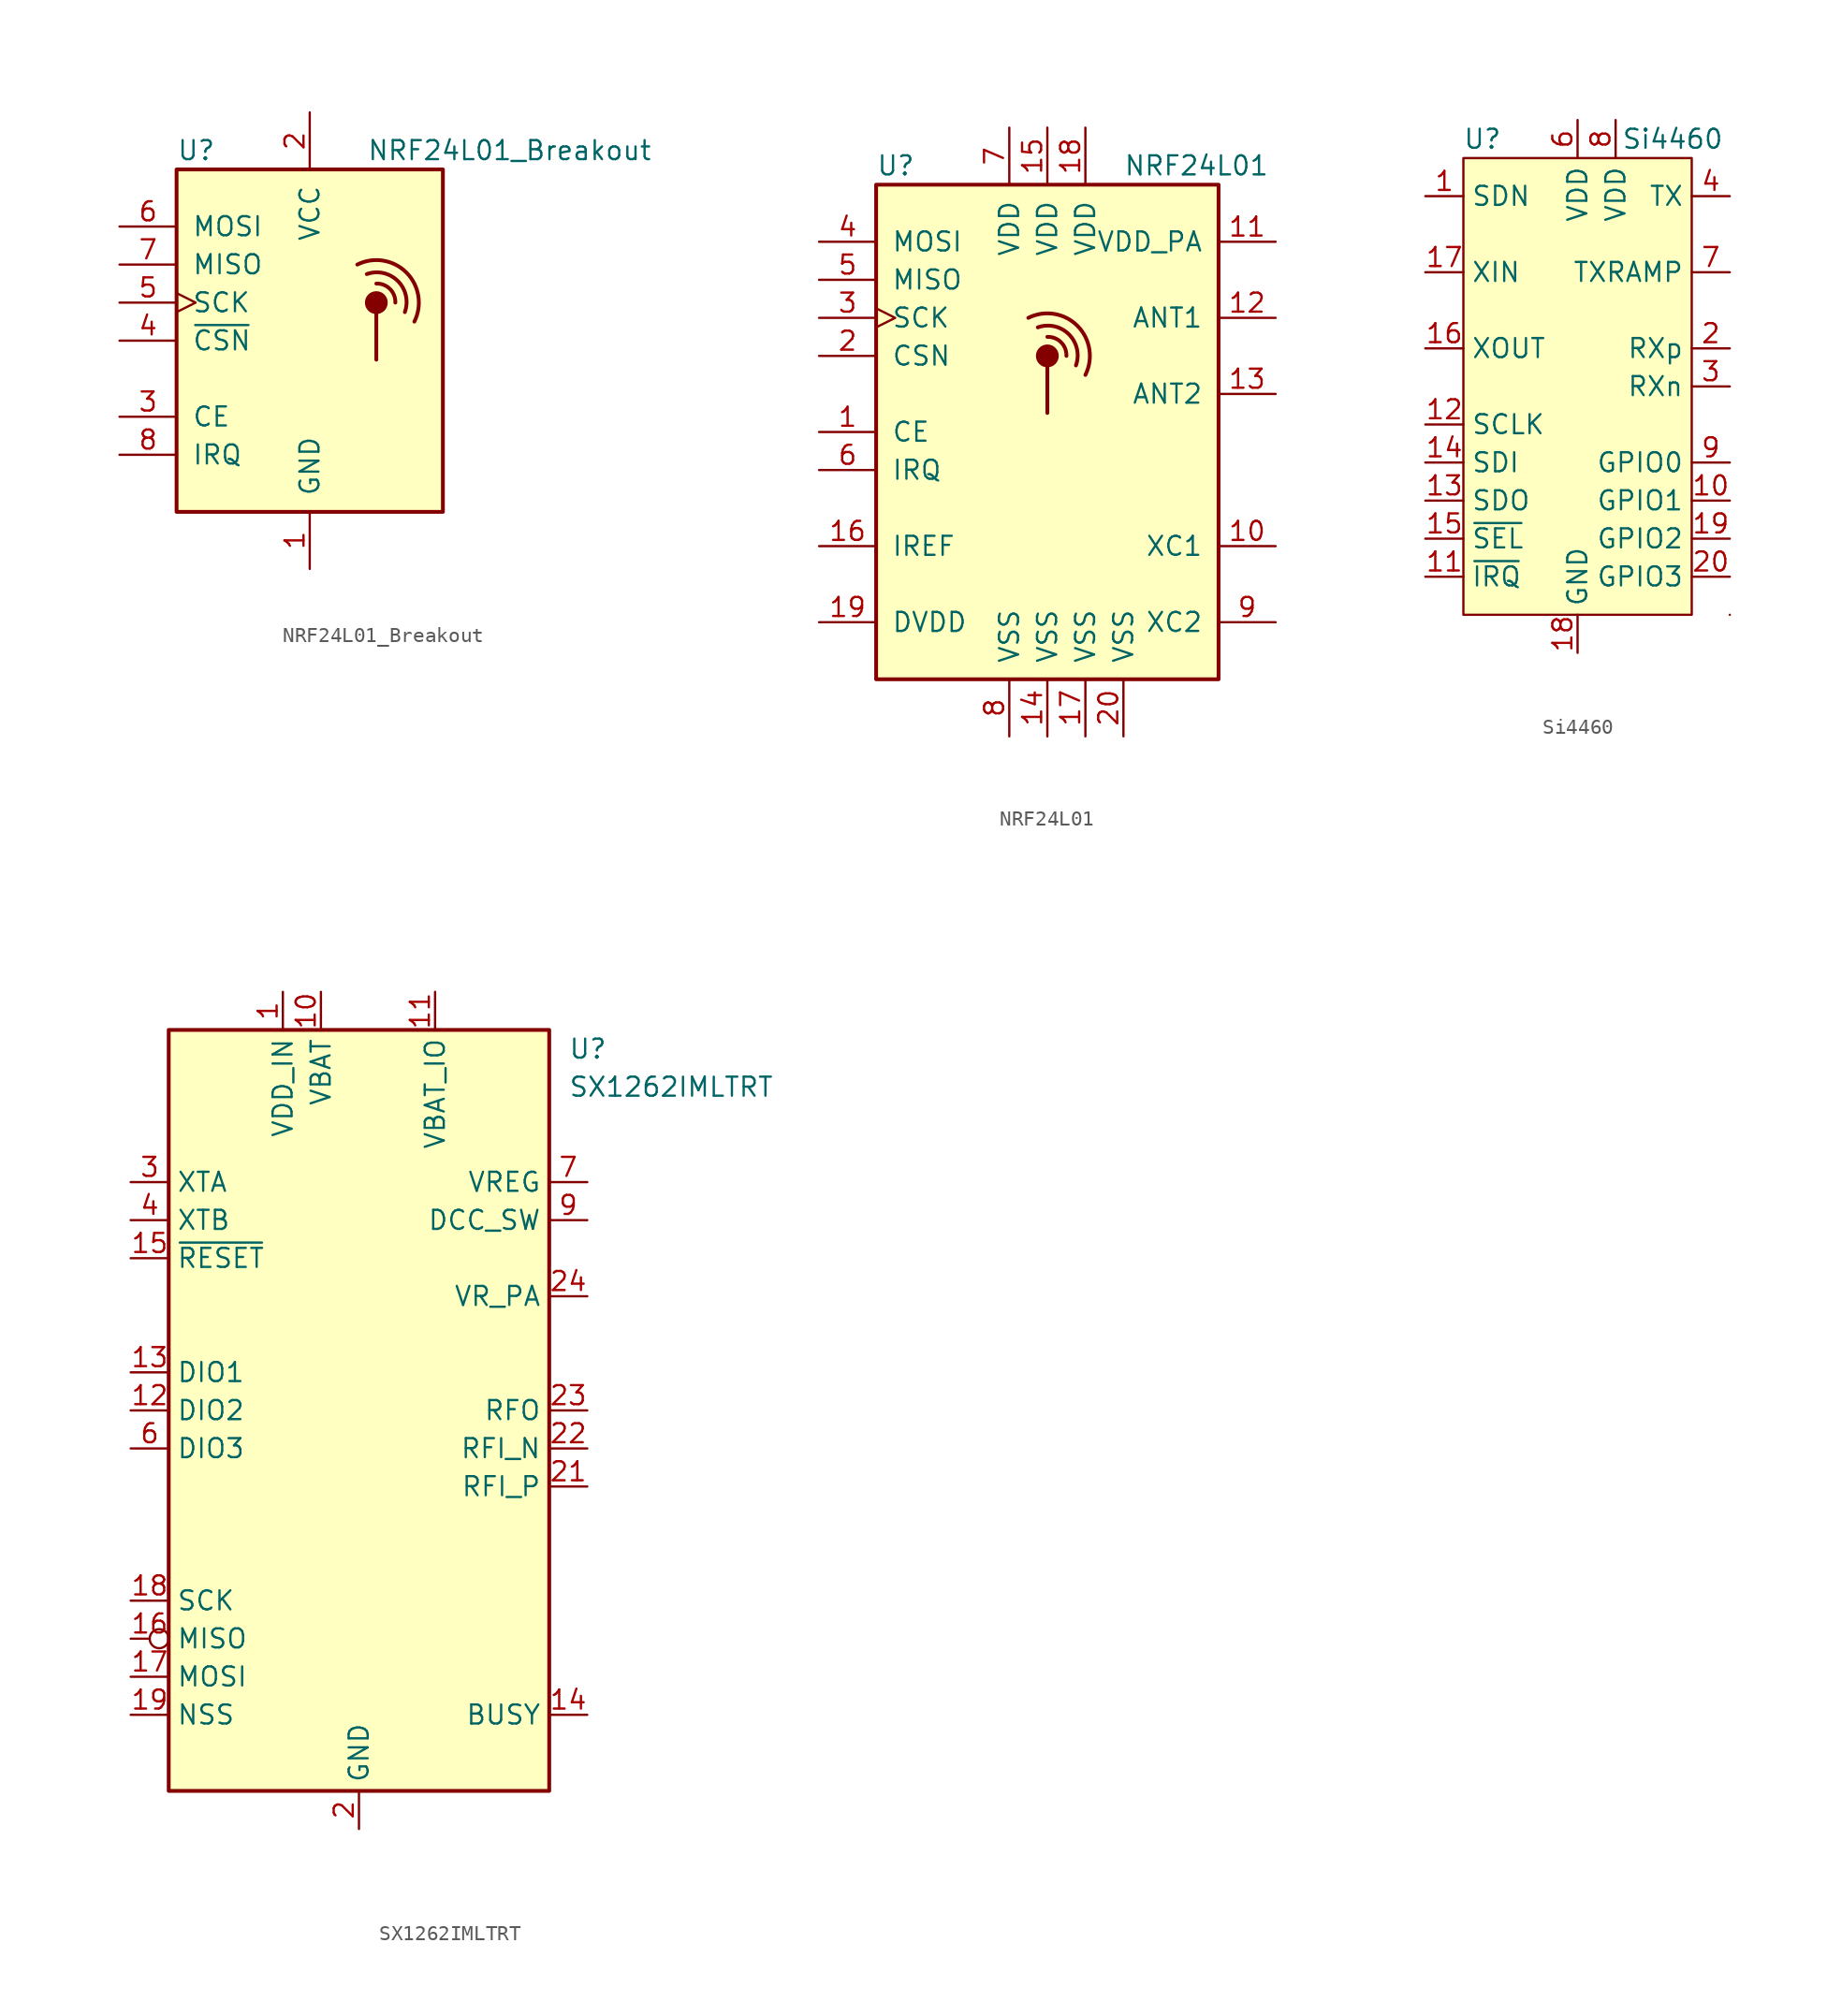
<source format=kicad_sym>
(kicad_symbol_lib
  (version 20231120)
  (generator "kicad_symbol_editor")
  (generator_version "8.0")
  (symbol "NRF24L01_Breakout"
    (pin_names
      (offset 1.016))
    (property "Reference" "U"
      (at -8.89 12.7 0)
      (effects (font (size 1.27 1.27)) (justify left)))
    (property "Value" "NRF24L01_Breakout"
      (at 3.81 12.7 0)
      (effects (font (size 1.27 1.27)) (justify left)))
    (symbol "NRF24L01_Breakout_0_1"
      (rectangle (start -8.89 11.43) (end 8.89 -11.43) (stroke (width 0.254) (type default)) (fill (type background)))
      (polyline (pts (xy 4.445 1.905) (xy 4.445 -1.27)) (stroke (width 0.254) (type default)) (fill (type none)))
      (circle (center 4.445 2.54) (radius 0.635) (stroke (width 0.254) (type default)) (fill (type outline)))
      (arc (start 5.715 2.54) (mid 5.3521 3.4546) (end 4.445 3.81) (stroke (width 0.254) (type default)) (fill (type none)))
      (arc (start 6.35 1.905) (mid 5.8763 3.9854) (end 3.81 4.445) (stroke (width 0.254) (type default)) (fill (type none)))
      (arc (start 6.985 1.27) (mid 6.453 4.548) (end 3.175 5.08) (stroke (width 0.254) (type default)) (fill (type none))))
    (symbol "NRF24L01_Breakout_1_1"
      (pin power_in line (at 0 -15.24 90) (length 3.81) (name "GND" (effects (font (size 1.27 1.27)))) (number "1" (effects (font (size 1.27 1.27)))))
      (pin power_in line (at 0 15.24 270) (length 3.81) (name "VCC" (effects (font (size 1.27 1.27)))) (number "2" (effects (font (size 1.27 1.27)))))
      (pin input line (at -12.7 -5.08 0) (length 3.81) (name "CE" (effects (font (size 1.27 1.27)))) (number "3" (effects (font (size 1.27 1.27)))))
      (pin input line (at -12.7 0 0) (length 3.81) (name "~{CSN}" (effects (font (size 1.27 1.27)))) (number "4" (effects (font (size 1.27 1.27)))))
      (pin input clock (at -12.7 2.54 0) (length 3.81) (name "SCK" (effects (font (size 1.27 1.27)))) (number "5" (effects (font (size 1.27 1.27)))))
      (pin input line (at -12.7 7.62 0) (length 3.81) (name "MOSI" (effects (font (size 1.27 1.27)))) (number "6" (effects (font (size 1.27 1.27)))))
      (pin output line (at -12.7 5.08 0) (length 3.81) (name "MISO" (effects (font (size 1.27 1.27)))) (number "7" (effects (font (size 1.27 1.27)))))
      (pin output line (at -12.7 -7.62 0) (length 3.81) (name "IRQ" (effects (font (size 1.27 1.27)))) (number "8" (effects (font (size 1.27 1.27)))))))
  (symbol "NRF24L01"
    (pin_names
      (offset 1.016))
    (property "Reference" "U"
      (at -11.43 17.78 0)
      (effects (font (size 1.27 1.27)) (justify left)))
    (property "Value" "NRF24L01"
      (at 5.08 17.78 0)
      (effects (font (size 1.27 1.27)) (justify left)))
    (symbol "NRF24L01_0_1"
      (rectangle (start -11.43 16.51) (end 11.43 -16.51) (stroke (width 0.254) (type default)) (fill (type background)))
      (polyline (pts (xy 0 4.445) (xy 0 1.27)) (stroke (width 0.254) (type default)) (fill (type none)))
      (circle (center 0 5.08) (radius 0.635) (stroke (width 0.254) (type default)) (fill (type outline)))
      (arc (start 1.27 5.08) (mid 0.9071 5.9946) (end 0 6.35) (stroke (width 0.254) (type default)) (fill (type none)))
      (arc (start 1.905 4.445) (mid 1.4313 6.5254) (end -0.635 6.985) (stroke (width 0.254) (type default)) (fill (type none)))
      (arc (start 2.54 3.81) (mid 2.008 7.088) (end -1.27 7.62) (stroke (width 0.254) (type default)) (fill (type none)))
      (rectangle (start 11.43 -13.97) (end 11.43 -13.97) (stroke (width 0) (type default)) (fill (type none))))
    (symbol "NRF24L01_1_1"
      (pin input line (at -15.24 0 0) (length 3.81) (name "CE" (effects (font (size 1.27 1.27)))) (number "1" (effects (font (size 1.27 1.27)))))
      (pin passive line (at 15.24 -7.62 180) (length 3.81) (name "XC1" (effects (font (size 1.27 1.27)))) (number "10" (effects (font (size 1.27 1.27)))))
      (pin power_out line (at 15.24 12.7 180) (length 3.81) (name "VDD_PA" (effects (font (size 1.27 1.27)))) (number "11" (effects (font (size 1.27 1.27)))))
      (pin passive line (at 15.24 7.62 180) (length 3.81) (name "ANT1" (effects (font (size 1.27 1.27)))) (number "12" (effects (font (size 1.27 1.27)))))
      (pin passive line (at 15.24 2.54 180) (length 3.81) (name "ANT2" (effects (font (size 1.27 1.27)))) (number "13" (effects (font (size 1.27 1.27)))))
      (pin power_in line (at 0 -20.32 90) (length 3.81) (name "VSS" (effects (font (size 1.27 1.27)))) (number "14" (effects (font (size 1.27 1.27)))))
      (pin power_in line (at 0 20.32 270) (length 3.81) (name "VDD" (effects (font (size 1.27 1.27)))) (number "15" (effects (font (size 1.27 1.27)))))
      (pin passive line (at -15.24 -7.62 0) (length 3.81) (name "IREF" (effects (font (size 1.27 1.27)))) (number "16" (effects (font (size 1.27 1.27)))))
      (pin power_in line (at 2.54 -20.32 90) (length 3.81) (name "VSS" (effects (font (size 1.27 1.27)))) (number "17" (effects (font (size 1.27 1.27)))))
      (pin power_in line (at 2.54 20.32 270) (length 3.81) (name "VDD" (effects (font (size 1.27 1.27)))) (number "18" (effects (font (size 1.27 1.27)))))
      (pin power_out line (at -15.24 -12.7 0) (length 3.81) (name "DVDD" (effects (font (size 1.27 1.27)))) (number "19" (effects (font (size 1.27 1.27)))))
      (pin input line (at -15.24 5.08 0) (length 3.81) (name "CSN" (effects (font (size 1.27 1.27)))) (number "2" (effects (font (size 1.27 1.27)))))
      (pin power_in line (at 5.08 -20.32 90) (length 3.81) (name "VSS" (effects (font (size 1.27 1.27)))) (number "20" (effects (font (size 1.27 1.27)))))
      (pin input clock (at -15.24 7.62 0) (length 3.81) (name "SCK" (effects (font (size 1.27 1.27)))) (number "3" (effects (font (size 1.27 1.27)))))
      (pin input line (at -15.24 12.7 0) (length 3.81) (name "MOSI" (effects (font (size 1.27 1.27)))) (number "4" (effects (font (size 1.27 1.27)))))
      (pin output line (at -15.24 10.16 0) (length 3.81) (name "MISO" (effects (font (size 1.27 1.27)))) (number "5" (effects (font (size 1.27 1.27)))))
      (pin output line (at -15.24 -2.54 0) (length 3.81) (name "IRQ" (effects (font (size 1.27 1.27)))) (number "6" (effects (font (size 1.27 1.27)))))
      (pin power_in line (at -2.54 20.32 270) (length 3.81) (name "VDD" (effects (font (size 1.27 1.27)))) (number "7" (effects (font (size 1.27 1.27)))))
      (pin power_in line (at -2.54 -20.32 90) (length 3.81) (name "VSS" (effects (font (size 1.27 1.27)))) (number "8" (effects (font (size 1.27 1.27)))))
      (pin passive line (at 15.24 -12.7 180) (length 3.81) (name "XC2" (effects (font (size 1.27 1.27)))) (number "9" (effects (font (size 1.27 1.27)))))))
  (symbol "Si4460"
    (property "Reference" "U"
      (at -6.35 16.51 0)
      (effects (font (size 1.27 1.27))))
    (property "Value" "Si4460"
      (at 6.35 16.51 0)
      (effects (font (size 1.27 1.27))))
    (symbol "Si4460_0_1"
      (rectangle (start -7.62 15.24) (end 7.62 -15.24) (stroke (width 0) (type default)) (fill (type background)))
      (rectangle (start 10.16 -15.24) (end 10.16 -15.24) (stroke (width 0) (type default)) (fill (type none))))
    (symbol "Si4460_1_1"
      (pin input line (at -10.16 12.7 0) (length 2.54) (name "SDN" (effects (font (size 1.27 1.27)))) (number "1" (effects (font (size 1.27 1.27)))))
      (pin bidirectional line (at 10.16 -7.62 180) (length 2.54) (name "GPIO1" (effects (font (size 1.27 1.27)))) (number "10" (effects (font (size 1.27 1.27)))))
      (pin open_collector line (at -10.16 -12.7 0) (length 2.54) (name "~{IRQ}" (effects (font (size 1.27 1.27)))) (number "11" (effects (font (size 1.27 1.27)))))
      (pin input line (at -10.16 -2.54 0) (length 2.54) (name "SCLK" (effects (font (size 1.27 1.27)))) (number "12" (effects (font (size 1.27 1.27)))))
      (pin output line (at -10.16 -7.62 0) (length 2.54) (name "SDO" (effects (font (size 1.27 1.27)))) (number "13" (effects (font (size 1.27 1.27)))))
      (pin input line (at -10.16 -5.08 0) (length 2.54) (name "SDI" (effects (font (size 1.27 1.27)))) (number "14" (effects (font (size 1.27 1.27)))))
      (pin input line (at -10.16 -10.16 0) (length 2.54) (name "~{SEL}" (effects (font (size 1.27 1.27)))) (number "15" (effects (font (size 1.27 1.27)))))
      (pin passive line (at -10.16 2.54 0) (length 2.54) (name "XOUT" (effects (font (size 1.27 1.27)))) (number "16" (effects (font (size 1.27 1.27)))))
      (pin input line (at -10.16 7.62 0) (length 2.54) (name "XIN" (effects (font (size 1.27 1.27)))) (number "17" (effects (font (size 1.27 1.27)))))
      (pin power_in line (at 0 -17.78 90) (length 2.54) (name "GND" (effects (font (size 1.27 1.27)))) (number "18" (effects (font (size 1.27 1.27)))))
      (pin bidirectional line (at 10.16 -10.16 180) (length 2.54) (name "GPIO2" (effects (font (size 1.27 1.27)))) (number "19" (effects (font (size 1.27 1.27)))))
      (pin input line (at 10.16 2.54 180) (length 2.54) (name "RXp" (effects (font (size 1.27 1.27)))) (number "2" (effects (font (size 1.27 1.27)))))
      (pin bidirectional line (at 10.16 -12.7 180) (length 2.54) (name "GPIO3" (effects (font (size 1.27 1.27)))) (number "20" (effects (font (size 1.27 1.27)))))
      (pin passive line (at 0 -17.78 90) (length 2.54) hide (name "GND" (effects (font (size 1.27 1.27)))) (number "21" (effects (font (size 1.27 1.27)))))
      (pin input line (at 10.16 0 180) (length 2.54) (name "RXn" (effects (font (size 1.27 1.27)))) (number "3" (effects (font (size 1.27 1.27)))))
      (pin output line (at 10.16 12.7 180) (length 2.54) (name "TX" (effects (font (size 1.27 1.27)))) (number "4" (effects (font (size 1.27 1.27)))))
      (pin no_connect line (at 7.62 -15.24 180) (length 2.54) hide (name "NC" (effects (font (size 1.27 1.27)))) (number "5" (effects (font (size 1.27 1.27)))))
      (pin power_in line (at 0 17.78 270) (length 2.54) (name "VDD" (effects (font (size 1.27 1.27)))) (number "6" (effects (font (size 1.27 1.27)))))
      (pin output line (at 10.16 7.62 180) (length 2.54) (name "TXRAMP" (effects (font (size 1.27 1.27)))) (number "7" (effects (font (size 1.27 1.27)))))
      (pin power_in line (at 2.54 17.78 270) (length 2.54) (name "VDD" (effects (font (size 1.27 1.27)))) (number "8" (effects (font (size 1.27 1.27)))))
      (pin bidirectional line (at 10.16 -5.08 180) (length 2.54) (name "GPIO0" (effects (font (size 1.27 1.27)))) (number "9" (effects (font (size 1.27 1.27)))))))
  (symbol "SX1262IMLTRT"
    (property "Reference" "U"
      (at 13.97 24.13 0)
      (effects (font (size 1.27 1.27)) (justify left)))
    (property "Value" "SX1262IMLTRT"
      (at 13.97 21.59 0)
      (effects (font (size 1.27 1.27)) (justify left)))
    (symbol "SX1262IMLTRT_0_1"
      (rectangle (start -12.7 25.4) (end 12.7 -25.4) (stroke (width 0.254) (type default)) (fill (type background))))
    (symbol "SX1262IMLTRT_1_1"
      (pin power_in line (at -5.08 27.94 270) (length 2.54) (name "VDD_IN" (effects (font (size 1.27 1.27)))) (number "1" (effects (font (size 1.27 1.27)))))
      (pin power_in line (at -2.54 27.94 270) (length 2.54) (name "VBAT" (effects (font (size 1.27 1.27)))) (number "10" (effects (font (size 1.27 1.27)))))
      (pin power_in line (at 5.08 27.94 270) (length 2.54) (name "VBAT_IO" (effects (font (size 1.27 1.27)))) (number "11" (effects (font (size 1.27 1.27)))))
      (pin bidirectional line (at -15.24 0 0) (length 2.54) (name "DIO2" (effects (font (size 1.27 1.27)))) (number "12" (effects (font (size 1.27 1.27)))))
      (pin bidirectional line (at -15.24 2.54 0) (length 2.54) (name "DIO1" (effects (font (size 1.27 1.27)))) (number "13" (effects (font (size 1.27 1.27)))))
      (pin output line (at 15.24 -20.32 180) (length 2.54) (name "BUSY" (effects (font (size 1.27 1.27)))) (number "14" (effects (font (size 1.27 1.27)))))
      (pin input line (at -15.24 10.16 0) (length 2.54) (name "~{RESET}" (effects (font (size 1.27 1.27)))) (number "15" (effects (font (size 1.27 1.27)))))
      (pin tri_state inverted (at -15.24 -15.24 0) (length 2.54) (name "MISO" (effects (font (size 1.27 1.27)))) (number "16" (effects (font (size 1.27 1.27)))))
      (pin input line (at -15.24 -17.78 0) (length 2.54) (name "MOSI" (effects (font (size 1.27 1.27)))) (number "17" (effects (font (size 1.27 1.27)))))
      (pin input line (at -15.24 -12.7 0) (length 2.54) (name "SCK" (effects (font (size 1.27 1.27)))) (number "18" (effects (font (size 1.27 1.27)))))
      (pin input line (at -15.24 -20.32 0) (length 2.54) (name "NSS" (effects (font (size 1.27 1.27)))) (number "19" (effects (font (size 1.27 1.27)))))
      (pin power_in line (at 0 -27.94 90) (length 2.54) (name "GND" (effects (font (size 1.27 1.27)))) (number "2" (effects (font (size 1.27 1.27)))))
      (pin passive line (at 0 -27.94 90) (length 2.54) hide (name "GND" (effects (font (size 1.27 1.27)))) (number "20" (effects (font (size 1.27 1.27)))))
      (pin input line (at 15.24 -5.08 180) (length 2.54) (name "RFI_P" (effects (font (size 1.27 1.27)))) (number "21" (effects (font (size 1.27 1.27)))))
      (pin input line (at 15.24 -2.54 180) (length 2.54) (name "RFI_N" (effects (font (size 1.27 1.27)))) (number "22" (effects (font (size 1.27 1.27)))))
      (pin output line (at 15.24 0 180) (length 2.54) (name "RFO" (effects (font (size 1.27 1.27)))) (number "23" (effects (font (size 1.27 1.27)))))
      (pin power_out line (at 15.24 7.62 180) (length 2.54) (name "VR_PA" (effects (font (size 1.27 1.27)))) (number "24" (effects (font (size 1.27 1.27)))))
      (pin passive line (at 0 -27.94 90) (length 2.54) hide (name "GND" (effects (font (size 1.27 1.27)))) (number "25" (effects (font (size 1.27 1.27)))))
      (pin bidirectional line (at -15.24 15.24 0) (length 2.54) (name "XTA" (effects (font (size 1.27 1.27)))) (number "3" (effects (font (size 1.27 1.27)))))
      (pin bidirectional line (at -15.24 12.7 0) (length 2.54) (name "XTB" (effects (font (size 1.27 1.27)))) (number "4" (effects (font (size 1.27 1.27)))))
      (pin passive line (at 0 -27.94 90) (length 2.54) hide (name "GND" (effects (font (size 1.27 1.27)))) (number "5" (effects (font (size 1.27 1.27)))))
      (pin bidirectional line (at -15.24 -2.54 0) (length 2.54) (name "DIO3" (effects (font (size 1.27 1.27)))) (number "6" (effects (font (size 1.27 1.27)))))
      (pin power_out line (at 15.24 15.24 180) (length 2.54) (name "VREG" (effects (font (size 1.27 1.27)))) (number "7" (effects (font (size 1.27 1.27)))))
      (pin passive line (at 0 -27.94 90) (length 2.54) hide (name "GND" (effects (font (size 1.27 1.27)))) (number "8" (effects (font (size 1.27 1.27)))))
      (pin power_out line (at 15.24 12.7 180) (length 2.54) (name "DCC_SW" (effects (font (size 1.27 1.27)))) (number "9" (effects (font (size 1.27 1.27))))))))
</source>
